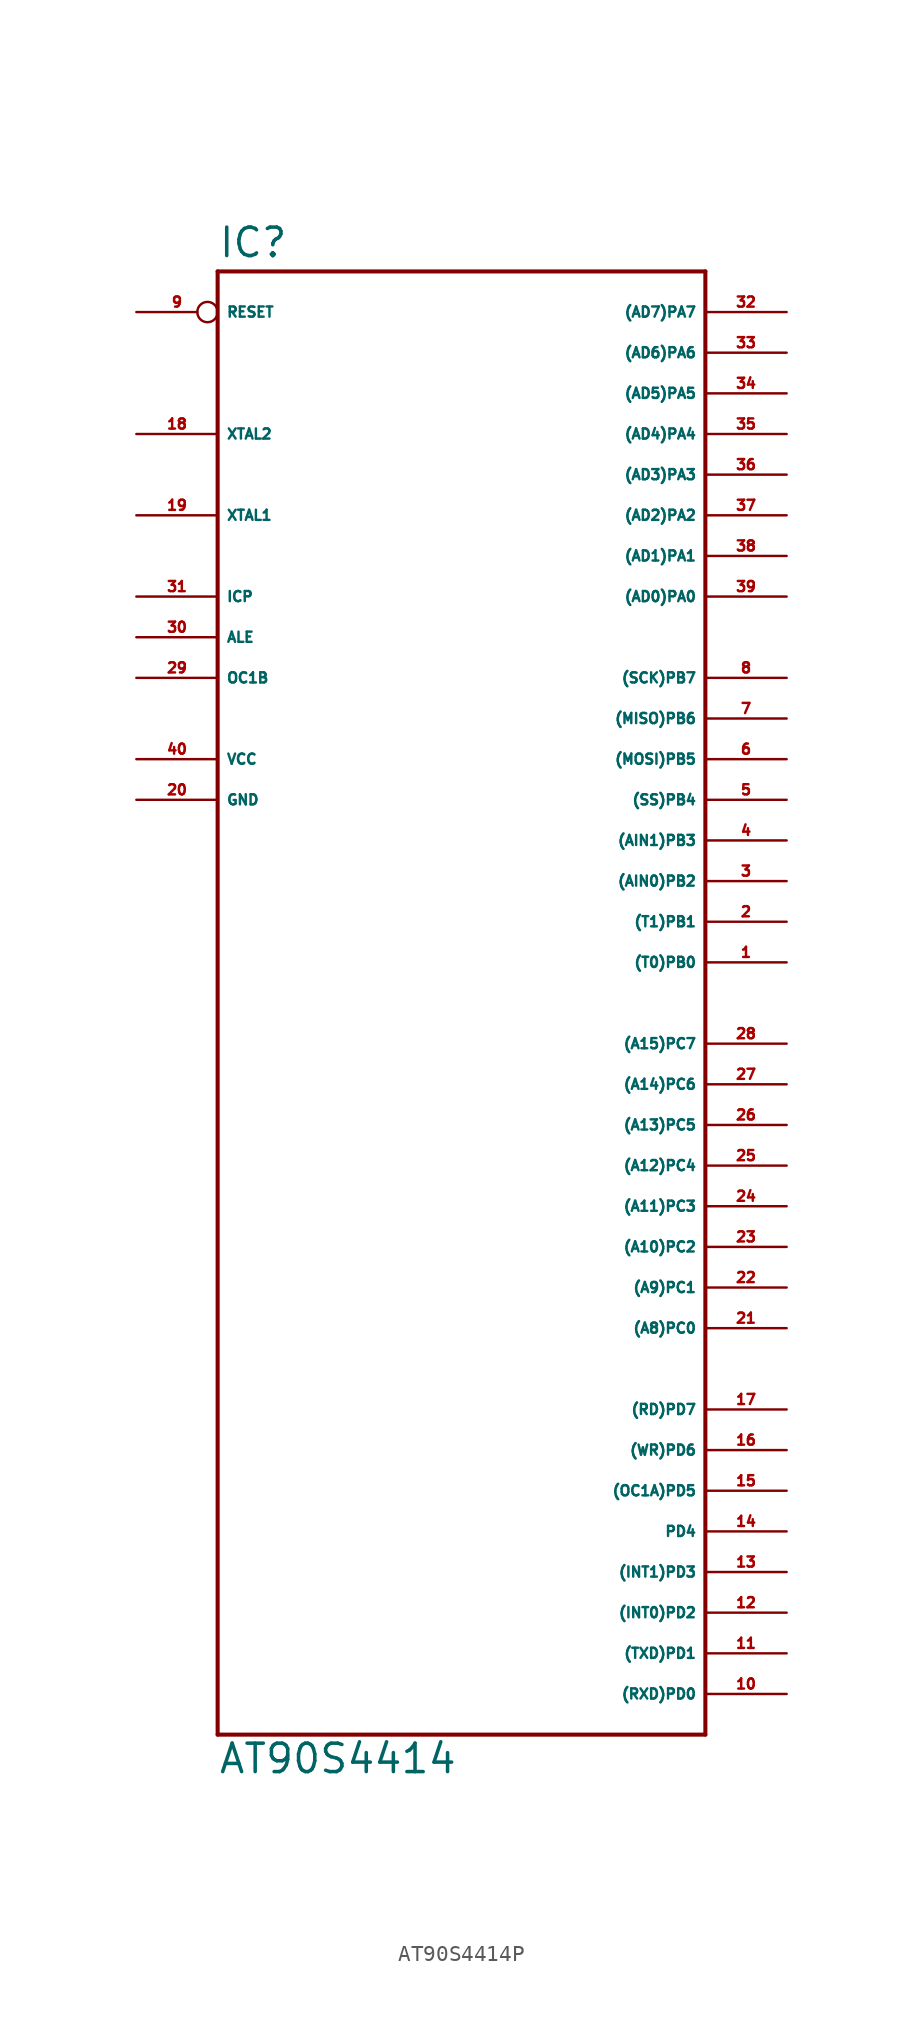
<source format=kicad_sym>
(kicad_symbol_lib
  (version 20220914)
  (generator Eagle2Kicad)
  (symbol "AT90S4414P"
    (property "Reference" "IC"
      (at -15.24 36.322 0)
      (effects (font (size 1.778 1.778) (thickness 0.22)) (justify left bottom)))
    (property "Value" "AT90S4414"
      (at -15.24 -58.42 0)
      (effects (font (size 1.778 1.778) (thickness 0.22)) (justify left bottom)))
    (polyline
      (pts (xy -15.24 35.56) (xy 15.24 35.56))
      (stroke (width 0.254) (type default))
      (fill (type none)))
    (polyline
      (pts (xy 15.24 35.56) (xy 15.24 -55.88))
      (stroke (width 0.254) (type default))
      (fill (type none)))
    (polyline
      (pts (xy 15.24 -55.88) (xy -15.24 -55.88))
      (stroke (width 0.254) (type default))
      (fill (type none)))
    (polyline
      (pts (xy -15.24 -55.88) (xy -15.24 35.56))
      (stroke (width 0.254) (type default))
      (fill (type none)))
    (pin bidirectional line
      (at 20.32 33.02 180)
      (length 5.08)
      (name "(AD7)PA7" (effects (font (size 0.635 0.635) (thickness 0.08)) (justify left bottom)))
      (number "32" (effects (font (size 0.635 0.635) (thickness 0.08)) (justify left bottom))))
    (pin bidirectional line
      (at 20.32 30.48 180)
      (length 5.08)
      (name "(AD6)PA6" (effects (font (size 0.635 0.635) (thickness 0.08)) (justify left bottom)))
      (number "33" (effects (font (size 0.635 0.635) (thickness 0.08)) (justify left bottom))))
    (pin bidirectional line
      (at 20.32 27.94 180)
      (length 5.08)
      (name "(AD5)PA5" (effects (font (size 0.635 0.635) (thickness 0.08)) (justify left bottom)))
      (number "34" (effects (font (size 0.635 0.635) (thickness 0.08)) (justify left bottom))))
    (pin bidirectional line
      (at 20.32 25.4 180)
      (length 5.08)
      (name "(AD4)PA4" (effects (font (size 0.635 0.635) (thickness 0.08)) (justify left bottom)))
      (number "35" (effects (font (size 0.635 0.635) (thickness 0.08)) (justify left bottom))))
    (pin bidirectional line
      (at 20.32 22.86 180)
      (length 5.08)
      (name "(AD3)PA3" (effects (font (size 0.635 0.635) (thickness 0.08)) (justify left bottom)))
      (number "36" (effects (font (size 0.635 0.635) (thickness 0.08)) (justify left bottom))))
    (pin bidirectional line
      (at 20.32 20.32 180)
      (length 5.08)
      (name "(AD2)PA2" (effects (font (size 0.635 0.635) (thickness 0.08)) (justify left bottom)))
      (number "37" (effects (font (size 0.635 0.635) (thickness 0.08)) (justify left bottom))))
    (pin bidirectional line
      (at 20.32 17.78 180)
      (length 5.08)
      (name "(AD1)PA1" (effects (font (size 0.635 0.635) (thickness 0.08)) (justify left bottom)))
      (number "38" (effects (font (size 0.635 0.635) (thickness 0.08)) (justify left bottom))))
    (pin bidirectional line
      (at 20.32 15.24 180)
      (length 5.08)
      (name "(AD0)PA0" (effects (font (size 0.635 0.635) (thickness 0.08)) (justify left bottom)))
      (number "39" (effects (font (size 0.635 0.635) (thickness 0.08)) (justify left bottom))))
    (pin bidirectional line
      (at 20.32 10.16 180)
      (length 5.08)
      (name "(SCK)PB7" (effects (font (size 0.635 0.635) (thickness 0.08)) (justify left bottom)))
      (number "8" (effects (font (size 0.635 0.635) (thickness 0.08)) (justify left bottom))))
    (pin bidirectional line
      (at 20.32 7.62 180)
      (length 5.08)
      (name "(MISO)PB6" (effects (font (size 0.635 0.635) (thickness 0.08)) (justify left bottom)))
      (number "7" (effects (font (size 0.635 0.635) (thickness 0.08)) (justify left bottom))))
    (pin bidirectional line
      (at 20.32 5.08 180)
      (length 5.08)
      (name "(MOSI)PB5" (effects (font (size 0.635 0.635) (thickness 0.08)) (justify left bottom)))
      (number "6" (effects (font (size 0.635 0.635) (thickness 0.08)) (justify left bottom))))
    (pin bidirectional line
      (at 20.32 2.54 180)
      (length 5.08)
      (name "(SS)PB4" (effects (font (size 0.635 0.635) (thickness 0.08)) (justify left bottom)))
      (number "5" (effects (font (size 0.635 0.635) (thickness 0.08)) (justify left bottom))))
    (pin bidirectional line
      (at 20.32 0 180)
      (length 5.08)
      (name "(AIN1)PB3" (effects (font (size 0.635 0.635) (thickness 0.08)) (justify left bottom)))
      (number "4" (effects (font (size 0.635 0.635) (thickness 0.08)) (justify left bottom))))
    (pin bidirectional line
      (at 20.32 -2.54 180)
      (length 5.08)
      (name "(AIN0)PB2" (effects (font (size 0.635 0.635) (thickness 0.08)) (justify left bottom)))
      (number "3" (effects (font (size 0.635 0.635) (thickness 0.08)) (justify left bottom))))
    (pin bidirectional line
      (at 20.32 -5.08 180)
      (length 5.08)
      (name "(T1)PB1" (effects (font (size 0.635 0.635) (thickness 0.08)) (justify left bottom)))
      (number "2" (effects (font (size 0.635 0.635) (thickness 0.08)) (justify left bottom))))
    (pin bidirectional line
      (at 20.32 -7.62 180)
      (length 5.08)
      (name "(T0)PB0" (effects (font (size 0.635 0.635) (thickness 0.08)) (justify left bottom)))
      (number "1" (effects (font (size 0.635 0.635) (thickness 0.08)) (justify left bottom))))
    (pin bidirectional line
      (at 20.32 -12.7 180)
      (length 5.08)
      (name "(A15)PC7" (effects (font (size 0.635 0.635) (thickness 0.08)) (justify left bottom)))
      (number "28" (effects (font (size 0.635 0.635) (thickness 0.08)) (justify left bottom))))
    (pin bidirectional line
      (at 20.32 -15.24 180)
      (length 5.08)
      (name "(A14)PC6" (effects (font (size 0.635 0.635) (thickness 0.08)) (justify left bottom)))
      (number "27" (effects (font (size 0.635 0.635) (thickness 0.08)) (justify left bottom))))
    (pin bidirectional line
      (at 20.32 -17.78 180)
      (length 5.08)
      (name "(A13)PC5" (effects (font (size 0.635 0.635) (thickness 0.08)) (justify left bottom)))
      (number "26" (effects (font (size 0.635 0.635) (thickness 0.08)) (justify left bottom))))
    (pin bidirectional line
      (at 20.32 -20.32 180)
      (length 5.08)
      (name "(A12)PC4" (effects (font (size 0.635 0.635) (thickness 0.08)) (justify left bottom)))
      (number "25" (effects (font (size 0.635 0.635) (thickness 0.08)) (justify left bottom))))
    (pin bidirectional line
      (at 20.32 -22.86 180)
      (length 5.08)
      (name "(A11)PC3" (effects (font (size 0.635 0.635) (thickness 0.08)) (justify left bottom)))
      (number "24" (effects (font (size 0.635 0.635) (thickness 0.08)) (justify left bottom))))
    (pin bidirectional line
      (at 20.32 -25.4 180)
      (length 5.08)
      (name "(A10)PC2" (effects (font (size 0.635 0.635) (thickness 0.08)) (justify left bottom)))
      (number "23" (effects (font (size 0.635 0.635) (thickness 0.08)) (justify left bottom))))
    (pin bidirectional line
      (at 20.32 -27.94 180)
      (length 5.08)
      (name "(A9)PC1" (effects (font (size 0.635 0.635) (thickness 0.08)) (justify left bottom)))
      (number "22" (effects (font (size 0.635 0.635) (thickness 0.08)) (justify left bottom))))
    (pin bidirectional line
      (at 20.32 -30.48 180)
      (length 5.08)
      (name "(A8)PC0" (effects (font (size 0.635 0.635) (thickness 0.08)) (justify left bottom)))
      (number "21" (effects (font (size 0.635 0.635) (thickness 0.08)) (justify left bottom))))
    (pin bidirectional line
      (at -20.32 10.16 0)
      (length 5.08)
      (name "OC1B" (effects (font (size 0.635 0.635) (thickness 0.08)) (justify left bottom)))
      (number "29" (effects (font (size 0.635 0.635) (thickness 0.08)) (justify left bottom))))
    (pin bidirectional line
      (at -20.32 12.7 0)
      (length 5.08)
      (name "ALE" (effects (font (size 0.635 0.635) (thickness 0.08)) (justify left bottom)))
      (number "30" (effects (font (size 0.635 0.635) (thickness 0.08)) (justify left bottom))))
    (pin bidirectional line
      (at -20.32 15.24 0)
      (length 5.08)
      (name "ICP" (effects (font (size 0.635 0.635) (thickness 0.08)) (justify left bottom)))
      (number "31" (effects (font (size 0.635 0.635) (thickness 0.08)) (justify left bottom))))
    (pin bidirectional line
      (at -20.32 20.32 0)
      (length 5.08)
      (name "XTAL1" (effects (font (size 0.635 0.635) (thickness 0.08)) (justify left bottom)))
      (number "19" (effects (font (size 0.635 0.635) (thickness 0.08)) (justify left bottom))))
    (pin bidirectional line
      (at -20.32 25.4 0)
      (length 5.08)
      (name "XTAL2" (effects (font (size 0.635 0.635) (thickness 0.08)) (justify left bottom)))
      (number "18" (effects (font (size 0.635 0.635) (thickness 0.08)) (justify left bottom))))
    (pin unspecified line
      (at -20.32 5.08 0)
      (length 5.08)
      (name "VCC" (effects (font (size 0.635 0.635) (thickness 0.08)) (justify left bottom)))
      (number "40" (effects (font (size 0.635 0.635) (thickness 0.08)) (justify left bottom))))
    (pin unspecified line
      (at -20.32 2.54 0)
      (length 5.08)
      (name "GND" (effects (font (size 0.635 0.635) (thickness 0.08)) (justify left bottom)))
      (number "20" (effects (font (size 0.635 0.635) (thickness 0.08)) (justify left bottom))))
    (pin input inverted
      (at -20.32 33.02 0)
      (length 5.08)
      (name "RESET" (effects (font (size 0.635 0.635) (thickness 0.08)) (justify left bottom)))
      (number "9" (effects (font (size 0.635 0.635) (thickness 0.08)) (justify left bottom))))
    (pin bidirectional line
      (at 20.32 -53.34 180)
      (length 5.08)
      (name "(RXD)PD0" (effects (font (size 0.635 0.635) (thickness 0.08)) (justify left bottom)))
      (number "10" (effects (font (size 0.635 0.635) (thickness 0.08)) (justify left bottom))))
    (pin bidirectional line
      (at 20.32 -50.8 180)
      (length 5.08)
      (name "(TXD)PD1" (effects (font (size 0.635 0.635) (thickness 0.08)) (justify left bottom)))
      (number "11" (effects (font (size 0.635 0.635) (thickness 0.08)) (justify left bottom))))
    (pin bidirectional line
      (at 20.32 -48.26 180)
      (length 5.08)
      (name "(INT0)PD2" (effects (font (size 0.635 0.635) (thickness 0.08)) (justify left bottom)))
      (number "12" (effects (font (size 0.635 0.635) (thickness 0.08)) (justify left bottom))))
    (pin bidirectional line
      (at 20.32 -45.72 180)
      (length 5.08)
      (name "(INT1)PD3" (effects (font (size 0.635 0.635) (thickness 0.08)) (justify left bottom)))
      (number "13" (effects (font (size 0.635 0.635) (thickness 0.08)) (justify left bottom))))
    (pin bidirectional line
      (at 20.32 -43.18 180)
      (length 5.08)
      (name "PD4" (effects (font (size 0.635 0.635) (thickness 0.08)) (justify left bottom)))
      (number "14" (effects (font (size 0.635 0.635) (thickness 0.08)) (justify left bottom))))
    (pin bidirectional line
      (at 20.32 -40.64 180)
      (length 5.08)
      (name "(OC1A)PD5" (effects (font (size 0.635 0.635) (thickness 0.08)) (justify left bottom)))
      (number "15" (effects (font (size 0.635 0.635) (thickness 0.08)) (justify left bottom))))
    (pin bidirectional line
      (at 20.32 -38.1 180)
      (length 5.08)
      (name "(WR)PD6" (effects (font (size 0.635 0.635) (thickness 0.08)) (justify left bottom)))
      (number "16" (effects (font (size 0.635 0.635) (thickness 0.08)) (justify left bottom))))
    (pin bidirectional line
      (at 20.32 -35.56 180)
      (length 5.08)
      (name "(RD)PD7" (effects (font (size 0.635 0.635) (thickness 0.08)) (justify left bottom)))
      (number "17" (effects (font (size 0.635 0.635) (thickness 0.08)) (justify left bottom))))))
</source>
